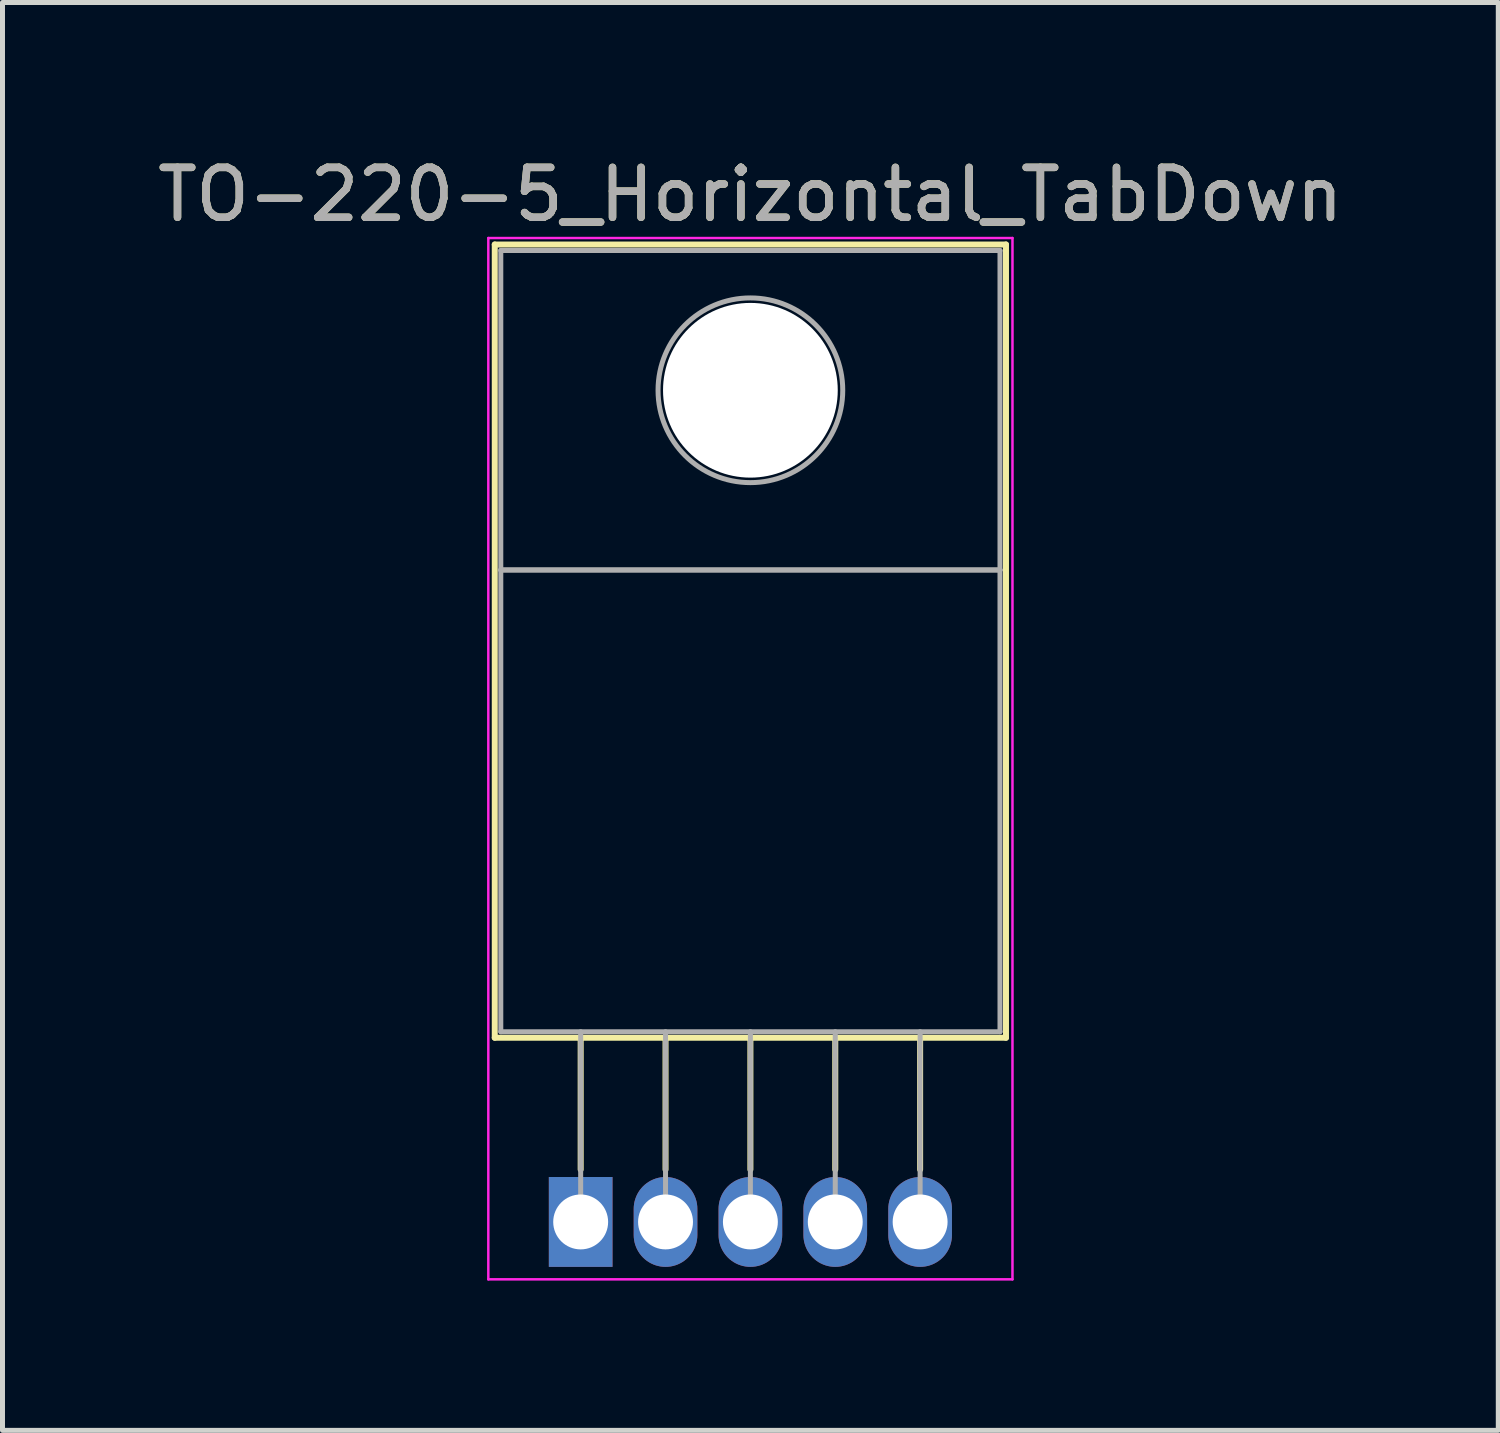
<source format=kicad_pcb>
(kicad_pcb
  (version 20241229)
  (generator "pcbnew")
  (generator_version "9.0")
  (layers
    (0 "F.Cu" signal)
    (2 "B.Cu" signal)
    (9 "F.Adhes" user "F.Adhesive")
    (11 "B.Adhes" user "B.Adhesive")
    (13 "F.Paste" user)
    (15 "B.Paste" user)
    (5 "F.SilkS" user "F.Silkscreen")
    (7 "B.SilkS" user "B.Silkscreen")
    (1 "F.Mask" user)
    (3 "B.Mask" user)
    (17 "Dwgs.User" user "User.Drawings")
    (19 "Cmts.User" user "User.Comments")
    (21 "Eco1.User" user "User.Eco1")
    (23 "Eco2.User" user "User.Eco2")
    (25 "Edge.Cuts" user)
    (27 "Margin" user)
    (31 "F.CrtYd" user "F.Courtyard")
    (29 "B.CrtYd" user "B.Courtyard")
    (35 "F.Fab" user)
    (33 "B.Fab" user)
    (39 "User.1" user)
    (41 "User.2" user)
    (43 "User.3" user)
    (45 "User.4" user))
  (footprint "TO-220-5_Horizontal_TabDown"
    (layer "F.Cu")
    (at 8.582 21.428)
    (property "Reference" "TO-220-5_Horizontal_TabDown" (at 3.4 -20.58 0) (layer "F.SilkS") (effects (font (size 1 1) (thickness 0.15))))
    (attr through_hole)
    (fp_line (start -1.721 -19.58) (end -1.721 -3.69) (stroke (width 0.12) (type solid)) (layer "F.SilkS"))
    (fp_line (start -1.721 -19.58) (end 8.52 -19.58) (stroke (width 0.12) (type solid)) (layer "F.SilkS"))
    (fp_line (start -1.721 -3.69) (end 8.52 -3.69) (stroke (width 0.12) (type solid)) (layer "F.SilkS"))
    (fp_line (start 0 -3.69) (end 0 -1.05) (stroke (width 0.12) (type solid)) (layer "F.SilkS"))
    (fp_line (start 1.7 -3.69) (end 1.7 -1.05) (stroke (width 0.12) (type solid)) (layer "F.SilkS"))
    (fp_line (start 3.4 -3.69) (end 3.4 -1.05) (stroke (width 0.12) (type solid)) (layer "F.SilkS"))
    (fp_line (start 5.1 -3.69) (end 5.1 -1.05) (stroke (width 0.12) (type solid)) (layer "F.SilkS"))
    (fp_line (start 6.8 -3.69) (end 6.8 -1.05) (stroke (width 0.12) (type solid)) (layer "F.SilkS"))
    (fp_line (start 8.52 -19.58) (end 8.52 -3.69) (stroke (width 0.12) (type solid)) (layer "F.SilkS"))
    (fp_line (start -1.85 -19.71) (end -1.85 1.15) (stroke (width 0.05) (type solid)) (layer "F.CrtYd"))
    (fp_line (start -1.85 1.15) (end 8.65 1.15) (stroke (width 0.05) (type solid)) (layer "F.CrtYd"))
    (fp_line (start 8.65 -19.71) (end -1.85 -19.71) (stroke (width 0.05) (type solid)) (layer "F.CrtYd"))
    (fp_line (start 8.65 1.15) (end 8.65 -19.71) (stroke (width 0.05) (type solid)) (layer "F.CrtYd"))
    (fp_line (start -1.6 -19.46) (end 8.4 -19.46) (stroke (width 0.1) (type solid)) (layer "F.Fab"))
    (fp_line (start -1.6 -13.06) (end -1.6 -19.46) (stroke (width 0.1) (type solid)) (layer "F.Fab"))
    (fp_line (start -1.6 -13.06) (end 8.4 -13.06) (stroke (width 0.1) (type solid)) (layer "F.Fab"))
    (fp_line (start -1.6 -3.81) (end -1.6 -13.06) (stroke (width 0.1) (type solid)) (layer "F.Fab"))
    (fp_line (start 0 -3.81) (end 0 0) (stroke (width 0.1) (type solid)) (layer "F.Fab"))
    (fp_line (start 1.7 -3.81) (end 1.7 0) (stroke (width 0.1) (type solid)) (layer "F.Fab"))
    (fp_line (start 3.4 -3.81) (end 3.4 0) (stroke (width 0.1) (type solid)) (layer "F.Fab"))
    (fp_line (start 5.1 -3.81) (end 5.1 0) (stroke (width 0.1) (type solid)) (layer "F.Fab"))
    (fp_line (start 6.8 -3.81) (end 6.8 0) (stroke (width 0.1) (type solid)) (layer "F.Fab"))
    (fp_line (start 8.4 -19.46) (end 8.4 -13.06) (stroke (width 0.1) (type solid)) (layer "F.Fab"))
    (fp_line (start 8.4 -13.06) (end -1.6 -13.06) (stroke (width 0.1) (type solid)) (layer "F.Fab"))
    (fp_line (start 8.4 -13.06) (end 8.4 -3.81) (stroke (width 0.1) (type solid)) (layer "F.Fab"))
    (fp_line (start 8.4 -3.81) (end -1.6 -3.81) (stroke (width 0.1) (type solid)) (layer "F.Fab"))
    (fp_circle (center 3.4 -16.66) (end 5.25 -16.66) (stroke (width 0.1) (type solid)) (fill no) (layer "F.Fab"))
    (fp_text user "${REFERENCE}" (at 3.4 -20.58 0) (layer "F.Fab") (effects (font (size 1 1) (thickness 0.15))))
    (pad "" np_thru_hole oval (at 3.4 -16.66) (size 3.5 3.5) (drill 3.5) (layers "*.Cu" "*.Mask"))
    (pad "1" thru_hole rect (at 0 0) (size 1.275 1.8) (drill 1.1) (layers "*.Cu" "*.Mask"))
    (pad "2" thru_hole oval (at 1.7 0) (size 1.275 1.8) (drill 1.1) (layers "*.Cu" "*.Mask"))
    (pad "3" thru_hole oval (at 3.4 0) (size 1.275 1.8) (drill 1.1) (layers "*.Cu" "*.Mask"))
    (pad "4" thru_hole oval (at 5.1 0) (size 1.275 1.8) (drill 1.1) (layers "*.Cu" "*.Mask"))
    (pad "5" thru_hole oval (at 6.8 0) (size 1.275 1.8) (drill 1.1) (layers "*.Cu" "*.Mask")))
  (gr_rect
    (start -3 -3)
    (end 26.964 25.603)
    (stroke (width 0.1) (type default))
    (fill no)
    (layer "Edge.Cuts")))
</source>
